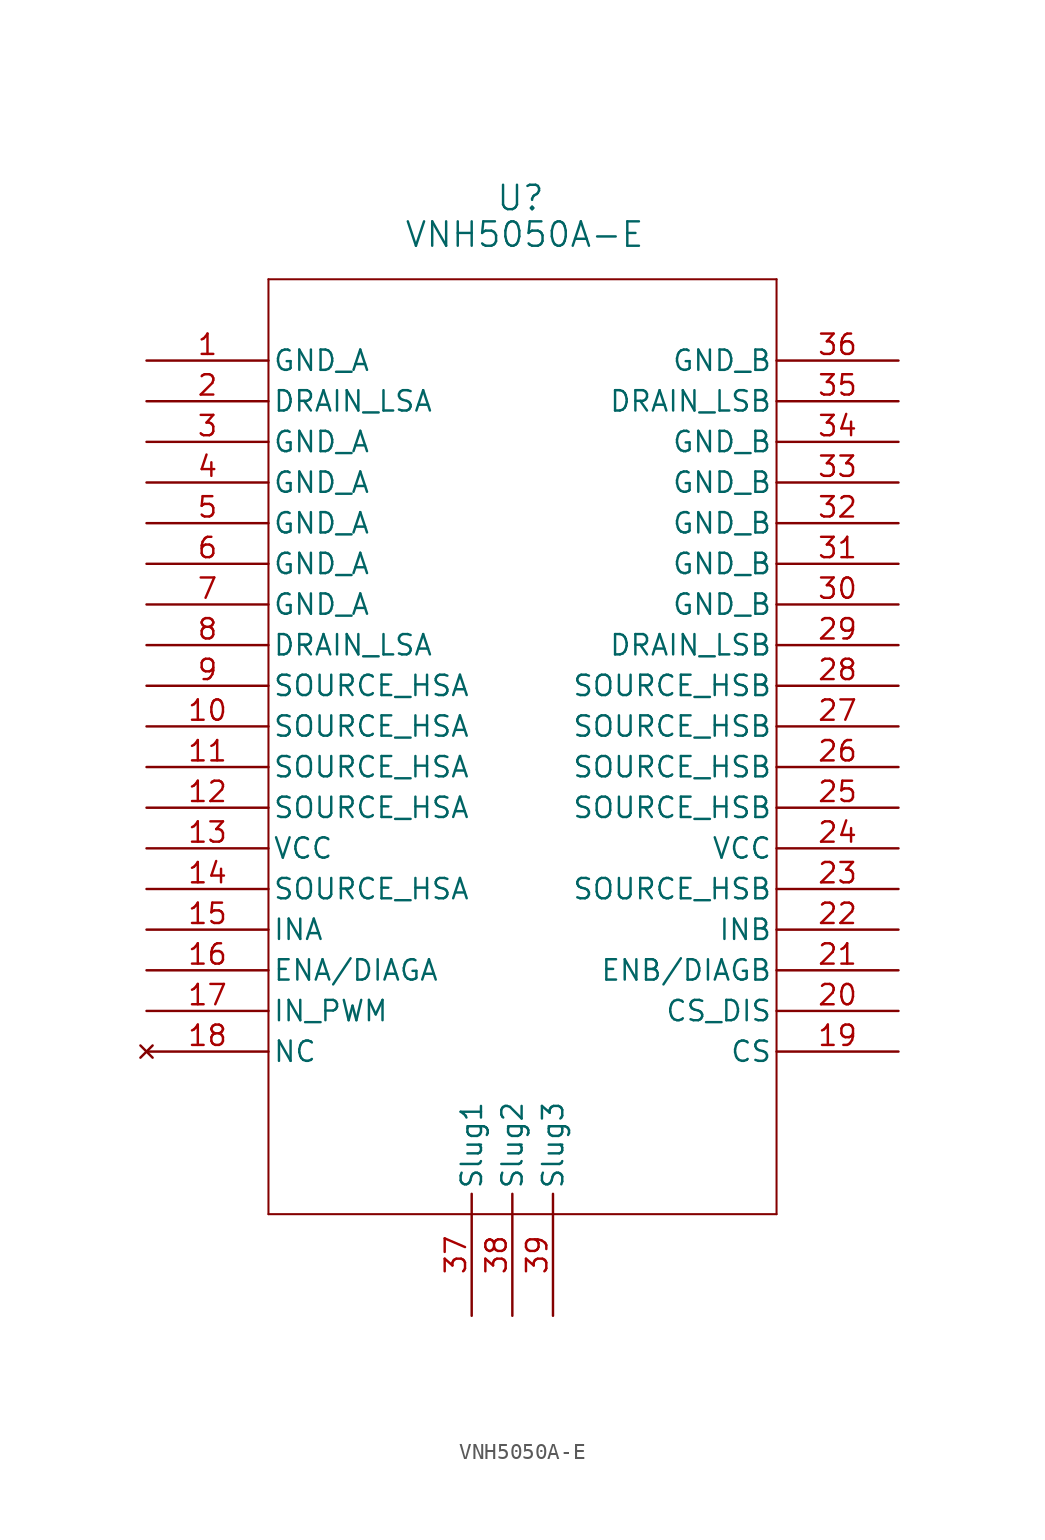
<source format=kicad_sym>
(kicad_symbol_lib
  (version 20241209)
  (generator "kicad_symbol_editor")
  (generator_version "9.0")
  (symbol "VNH5050A-E"
    (pin_names
      (offset 0.254))
    (property "Reference" "U"
      (at 23.368 10.16 0)
      (effects (font (size 1.524 1.524))))
    (property "Value" "VNH5050A-E"
      (at 23.622 7.874 0)
      (effects (font (size 1.524 1.524))))
    (property "ki_locked" ""
      (at 0 0 0)
      (effects (font (size 1.27 1.27))))
    (symbol "VNH5050A-E_0_1"
      (polyline (pts (xy 7.62 5.08) (xy 7.62 -53.34)) (stroke (width 0.127) (type default)) (fill (type none)))
      (polyline (pts (xy 7.62 -53.34) (xy 39.37 -53.34)) (stroke (width 0.127) (type default)) (fill (type none)))
      (polyline (pts (xy 39.37 5.08) (xy 7.62 5.08)) (stroke (width 0.127) (type default)) (fill (type none)))
      (polyline (pts (xy 39.37 -53.34) (xy 39.37 5.08)) (stroke (width 0.127) (type default)) (fill (type none)))
      (pin power_out line (at 0 0 0) (length 7.62) (name "GND_A" (effects (font (size 1.27 1.27)))) (number "1" (effects (font (size 1.27 1.27)))))
      (pin unspecified line (at 0 -2.54 0) (length 7.62) (name "DRAIN_LSA" (effects (font (size 1.27 1.27)))) (number "2" (effects (font (size 1.27 1.27)))))
      (pin power_out line (at 0 -5.08 0) (length 7.62) (name "GND_A" (effects (font (size 1.27 1.27)))) (number "3" (effects (font (size 1.27 1.27)))))
      (pin power_out line (at 0 -7.62 0) (length 7.62) (name "GND_A" (effects (font (size 1.27 1.27)))) (number "4" (effects (font (size 1.27 1.27)))))
      (pin power_out line (at 0 -10.16 0) (length 7.62) (name "GND_A" (effects (font (size 1.27 1.27)))) (number "5" (effects (font (size 1.27 1.27)))))
      (pin power_out line (at 0 -12.7 0) (length 7.62) (name "GND_A" (effects (font (size 1.27 1.27)))) (number "6" (effects (font (size 1.27 1.27)))))
      (pin power_out line (at 0 -15.24 0) (length 7.62) (name "GND_A" (effects (font (size 1.27 1.27)))) (number "7" (effects (font (size 1.27 1.27)))))
      (pin unspecified line (at 0 -17.78 0) (length 7.62) (name "DRAIN_LSA" (effects (font (size 1.27 1.27)))) (number "8" (effects (font (size 1.27 1.27)))))
      (pin unspecified line (at 0 -20.32 0) (length 7.62) (name "SOURCE_HSA" (effects (font (size 1.27 1.27)))) (number "9" (effects (font (size 1.27 1.27)))))
      (pin unspecified line (at 0 -22.86 0) (length 7.62) (name "SOURCE_HSA" (effects (font (size 1.27 1.27)))) (number "10" (effects (font (size 1.27 1.27)))))
      (pin unspecified line (at 0 -25.4 0) (length 7.62) (name "SOURCE_HSA" (effects (font (size 1.27 1.27)))) (number "11" (effects (font (size 1.27 1.27)))))
      (pin unspecified line (at 0 -27.94 0) (length 7.62) (name "SOURCE_HSA" (effects (font (size 1.27 1.27)))) (number "12" (effects (font (size 1.27 1.27)))))
      (pin power_in line (at 0 -30.48 0) (length 7.62) (name "VCC" (effects (font (size 1.27 1.27)))) (number "13" (effects (font (size 1.27 1.27)))))
      (pin unspecified line (at 0 -33.02 0) (length 7.62) (name "SOURCE_HSA" (effects (font (size 1.27 1.27)))) (number "14" (effects (font (size 1.27 1.27)))))
      (pin input line (at 0 -35.56 0) (length 7.62) (name "INA" (effects (font (size 1.27 1.27)))) (number "15" (effects (font (size 1.27 1.27)))))
      (pin unspecified line (at 0 -38.1 0) (length 7.62) (name "ENA/DIAGA" (effects (font (size 1.27 1.27)))) (number "16" (effects (font (size 1.27 1.27)))))
      (pin input line (at 0 -40.64 0) (length 7.62) (name "IN_PWM" (effects (font (size 1.27 1.27)))) (number "17" (effects (font (size 1.27 1.27)))))
      (pin no_connect line (at 0 -43.18 0) (length 7.62) (name "NC" (effects (font (size 1.27 1.27)))) (number "18" (effects (font (size 1.27 1.27)))))
      (pin bidirectional line (at 20.32 -59.69 90) (length 7.62) (name "Slug1" (effects (font (size 1.27 1.27)))) (number "37" (effects (font (size 1.27 1.27)))))
      (pin bidirectional line (at 22.86 -59.69 90) (length 7.62) (name "Slug2" (effects (font (size 1.27 1.27)))) (number "38" (effects (font (size 1.27 1.27)))))
      (pin bidirectional line (at 25.4 -59.69 90) (length 7.62) (name "Slug3" (effects (font (size 1.27 1.27)))) (number "39" (effects (font (size 1.27 1.27)))))
      (pin power_out line (at 46.99 -5.08 180) (length 7.62) (name "GND_B" (effects (font (size 1.27 1.27)))) (number "34" (effects (font (size 1.27 1.27)))))
      (pin power_out line (at 46.99 -7.62 180) (length 7.62) (name "GND_B" (effects (font (size 1.27 1.27)))) (number "33" (effects (font (size 1.27 1.27)))))
      (pin power_out line (at 46.99 -10.16 180) (length 7.62) (name "GND_B" (effects (font (size 1.27 1.27)))) (number "32" (effects (font (size 1.27 1.27)))))
      (pin power_out line (at 46.99 -12.7 180) (length 7.62) (name "GND_B" (effects (font (size 1.27 1.27)))) (number "31" (effects (font (size 1.27 1.27)))))
      (pin power_out line (at 46.99 -15.24 180) (length 7.62) (name "GND_B" (effects (font (size 1.27 1.27)))) (number "30" (effects (font (size 1.27 1.27)))))
      (pin unspecified line (at 46.99 -17.78 180) (length 7.62) (name "DRAIN_LSB" (effects (font (size 1.27 1.27)))) (number "29" (effects (font (size 1.27 1.27)))))
      (pin unspecified line (at 46.99 -20.32 180) (length 7.62) (name "SOURCE_HSB" (effects (font (size 1.27 1.27)))) (number "28" (effects (font (size 1.27 1.27)))))
      (pin unspecified line (at 46.99 -22.86 180) (length 7.62) (name "SOURCE_HSB" (effects (font (size 1.27 1.27)))) (number "27" (effects (font (size 1.27 1.27)))))
      (pin unspecified line (at 46.99 -25.4 180) (length 7.62) (name "SOURCE_HSB" (effects (font (size 1.27 1.27)))) (number "26" (effects (font (size 1.27 1.27)))))
      (pin unspecified line (at 46.99 -27.94 180) (length 7.62) (name "SOURCE_HSB" (effects (font (size 1.27 1.27)))) (number "25" (effects (font (size 1.27 1.27)))))
      (pin power_in line (at 46.99 -30.48 180) (length 7.62) (name "VCC" (effects (font (size 1.27 1.27)))) (number "24" (effects (font (size 1.27 1.27)))))
      (pin unspecified line (at 46.99 -33.02 180) (length 7.62) (name "SOURCE_HSB" (effects (font (size 1.27 1.27)))) (number "23" (effects (font (size 1.27 1.27)))))
      (pin input line (at 46.99 -35.56 180) (length 7.62) (name "INB" (effects (font (size 1.27 1.27)))) (number "22" (effects (font (size 1.27 1.27)))))
      (pin unspecified line (at 46.99 -38.1 180) (length 7.62) (name "ENB/DIAGB" (effects (font (size 1.27 1.27)))) (number "21" (effects (font (size 1.27 1.27)))))
      (pin unspecified line (at 46.99 -40.64 180) (length 7.62) (name "CS_DIS" (effects (font (size 1.27 1.27)))) (number "20" (effects (font (size 1.27 1.27)))))
      (pin unspecified line (at 46.99 -43.18 180) (length 7.62) (name "CS" (effects (font (size 1.27 1.27)))) (number "19" (effects (font (size 1.27 1.27))))))
    (symbol "VNH5050A-E_1_1"
      (pin power_out line (at 46.99 0 180) (length 7.62) (name "GND_B" (effects (font (size 1.27 1.27)))) (number "36" (effects (font (size 1.27 1.27)))))
      (pin unspecified line (at 46.99 -2.54 180) (length 7.62) (name "DRAIN_LSB" (effects (font (size 1.27 1.27)))) (number "35" (effects (font (size 1.27 1.27))))))))
</source>
